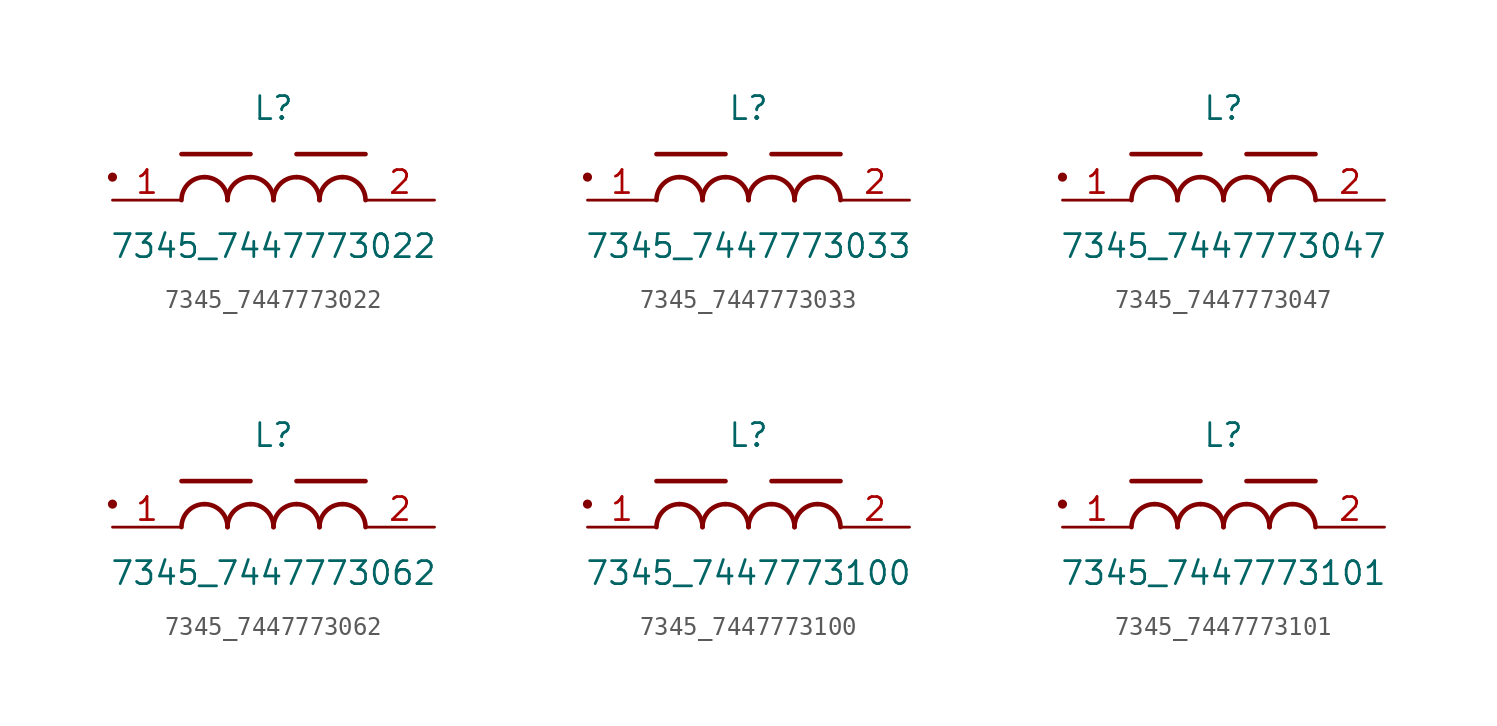
<source format=kicad_sym>
(kicad_symbol_lib
  (version 20211014)
  (generator kicad_symbol_editor)
  (symbol "Inductor_Wurth_WE-PD:7345_7447773022"
    (pin_names hide)
    (property "Reference" "L"
      (at 0 5.08 0)
      (effects (font (size 1.27 1.27))))
    (property "Value" "7345_7447773022"
      (at 0 -2.54 0)
      (effects (font (size 1.27 1.27))))
    (symbol "7345_7447773022_0_1"
      (circle (center -8.89 1.27) (radius 0.0001) (stroke (width 0.254)) (stroke (width 0.254) (type default) (color 0 0 0 0)) (fill (type none)))
      (arc (start -3.81 1.27) (mid -4.708 0.898) (end -5.08 0) (stroke (width 0.254) (type default) (color 0 0 0 0)) (fill (type none)))
      (arc (start -2.54 0) (mid -2.912 0.898) (end -3.81 1.27) (stroke (width 0.254) (type default) (color 0 0 0 0)) (fill (type none)))
      (arc (start -1.2699 1.2701) (mid -2.1679 0.8981) (end -2.5399 0.0001) (stroke (width 0.254) (type default) (color 0 0 0 0)) (fill (type none)))
      (polyline (pts (xy -5.08 2.54) (xy -1.27 2.54)) (stroke (width 0.254) (type default) (color 0 0 0 0)) (fill (type none)))
      (polyline (pts (xy 5.08 2.54) (xy 1.27 2.54)) (stroke (width 0.254) (type default) (color 0 0 0 0)) (fill (type none)))
      (arc (start 0.0001 0.0001) (mid -0.3719 0.8981) (end -1.2699 1.2701) (stroke (width 0.254) (type default) (color 0 0 0 0)) (fill (type none)))
      (arc (start 1.2701 1.2701) (mid 0.3721 0.8981) (end 0.0001 0.0001) (stroke (width 0.254) (type default) (color 0 0 0 0)) (fill (type none)))
      (arc (start 2.5401 0.0001) (mid 2.1681 0.8981) (end 1.2701 1.2701) (stroke (width 0.254) (type default) (color 0 0 0 0)) (fill (type none)))
      (arc (start 3.8101 1.2701) (mid 2.9121 0.8981) (end 2.5401 0.0001) (stroke (width 0.254) (type default) (color 0 0 0 0)) (fill (type none)))
      (arc (start 5.0801 0.0001) (mid 4.7081 0.8981) (end 3.8101 1.2701) (stroke (width 0.254) (type default) (color 0 0 0 0)) (fill (type none))))
    (symbol "7345_7447773022_1_1"
      (pin passive line (at -8.89 0 0) (length 3.81) (name "1" (effects (font (size 1.27 1.27)))) (number "1" (effects (font (size 1.27 1.27)))))
      (pin passive line (at 8.89 0 180) (length 3.81) (name "2" (effects (font (size 1.27 1.27)))) (number "2" (effects (font (size 1.27 1.27)))))))
  (symbol "Inductor_Wurth_WE-PD:7345_7447773033"
    (pin_names hide)
    (property "Reference" "L"
      (at 0 5.08 0)
      (effects (font (size 1.27 1.27))))
    (property "Value" "7345_7447773033"
      (at 0 -2.54 0)
      (effects (font (size 1.27 1.27))))
    (symbol "7345_7447773033_0_1"
      (circle (center -8.89 1.27) (radius 0.0001) (stroke (width 0.254)) (stroke (width 0.254) (type default) (color 0 0 0 0)) (fill (type none)))
      (arc (start -3.81 1.27) (mid -4.708 0.898) (end -5.08 0) (stroke (width 0.254) (type default) (color 0 0 0 0)) (fill (type none)))
      (arc (start -2.54 0) (mid -2.912 0.898) (end -3.81 1.27) (stroke (width 0.254) (type default) (color 0 0 0 0)) (fill (type none)))
      (arc (start -1.2699 1.2701) (mid -2.1679 0.8981) (end -2.5399 0.0001) (stroke (width 0.254) (type default) (color 0 0 0 0)) (fill (type none)))
      (polyline (pts (xy -5.08 2.54) (xy -1.27 2.54)) (stroke (width 0.254) (type default) (color 0 0 0 0)) (fill (type none)))
      (polyline (pts (xy 5.08 2.54) (xy 1.27 2.54)) (stroke (width 0.254) (type default) (color 0 0 0 0)) (fill (type none)))
      (arc (start 0.0001 0.0001) (mid -0.3719 0.8981) (end -1.2699 1.2701) (stroke (width 0.254) (type default) (color 0 0 0 0)) (fill (type none)))
      (arc (start 1.2701 1.2701) (mid 0.3721 0.8981) (end 0.0001 0.0001) (stroke (width 0.254) (type default) (color 0 0 0 0)) (fill (type none)))
      (arc (start 2.5401 0.0001) (mid 2.1681 0.8981) (end 1.2701 1.2701) (stroke (width 0.254) (type default) (color 0 0 0 0)) (fill (type none)))
      (arc (start 3.8101 1.2701) (mid 2.9121 0.8981) (end 2.5401 0.0001) (stroke (width 0.254) (type default) (color 0 0 0 0)) (fill (type none)))
      (arc (start 5.0801 0.0001) (mid 4.7081 0.8981) (end 3.8101 1.2701) (stroke (width 0.254) (type default) (color 0 0 0 0)) (fill (type none))))
    (symbol "7345_7447773033_1_1"
      (pin passive line (at -8.89 0 0) (length 3.81) (name "1" (effects (font (size 1.27 1.27)))) (number "1" (effects (font (size 1.27 1.27)))))
      (pin passive line (at 8.89 0 180) (length 3.81) (name "2" (effects (font (size 1.27 1.27)))) (number "2" (effects (font (size 1.27 1.27)))))))
  (symbol "Inductor_Wurth_WE-PD:7345_7447773047"
    (pin_names hide)
    (property "Reference" "L"
      (at 0 5.08 0)
      (effects (font (size 1.27 1.27))))
    (property "Value" "7345_7447773047"
      (at 0 -2.54 0)
      (effects (font (size 1.27 1.27))))
    (symbol "7345_7447773047_0_1"
      (circle (center -8.89 1.27) (radius 0.0001) (stroke (width 0.254)) (stroke (width 0.254) (type default) (color 0 0 0 0)) (fill (type none)))
      (arc (start -3.81 1.27) (mid -4.708 0.898) (end -5.08 0) (stroke (width 0.254) (type default) (color 0 0 0 0)) (fill (type none)))
      (arc (start -2.54 0) (mid -2.912 0.898) (end -3.81 1.27) (stroke (width 0.254) (type default) (color 0 0 0 0)) (fill (type none)))
      (arc (start -1.2699 1.2701) (mid -2.1679 0.8981) (end -2.5399 0.0001) (stroke (width 0.254) (type default) (color 0 0 0 0)) (fill (type none)))
      (polyline (pts (xy -5.08 2.54) (xy -1.27 2.54)) (stroke (width 0.254) (type default) (color 0 0 0 0)) (fill (type none)))
      (polyline (pts (xy 5.08 2.54) (xy 1.27 2.54)) (stroke (width 0.254) (type default) (color 0 0 0 0)) (fill (type none)))
      (arc (start 0.0001 0.0001) (mid -0.3719 0.8981) (end -1.2699 1.2701) (stroke (width 0.254) (type default) (color 0 0 0 0)) (fill (type none)))
      (arc (start 1.2701 1.2701) (mid 0.3721 0.8981) (end 0.0001 0.0001) (stroke (width 0.254) (type default) (color 0 0 0 0)) (fill (type none)))
      (arc (start 2.5401 0.0001) (mid 2.1681 0.8981) (end 1.2701 1.2701) (stroke (width 0.254) (type default) (color 0 0 0 0)) (fill (type none)))
      (arc (start 3.8101 1.2701) (mid 2.9121 0.8981) (end 2.5401 0.0001) (stroke (width 0.254) (type default) (color 0 0 0 0)) (fill (type none)))
      (arc (start 5.0801 0.0001) (mid 4.7081 0.8981) (end 3.8101 1.2701) (stroke (width 0.254) (type default) (color 0 0 0 0)) (fill (type none))))
    (symbol "7345_7447773047_1_1"
      (pin passive line (at -8.89 0 0) (length 3.81) (name "1" (effects (font (size 1.27 1.27)))) (number "1" (effects (font (size 1.27 1.27)))))
      (pin passive line (at 8.89 0 180) (length 3.81) (name "2" (effects (font (size 1.27 1.27)))) (number "2" (effects (font (size 1.27 1.27)))))))
  (symbol "Inductor_Wurth_WE-PD:7345_7447773062"
    (pin_names hide)
    (property "Reference" "L"
      (at 0 5.08 0)
      (effects (font (size 1.27 1.27))))
    (property "Value" "7345_7447773062"
      (at 0 -2.54 0)
      (effects (font (size 1.27 1.27))))
    (symbol "7345_7447773062_0_1"
      (circle (center -8.89 1.27) (radius 0.0001) (stroke (width 0.254)) (stroke (width 0.254) (type default) (color 0 0 0 0)) (fill (type none)))
      (arc (start -3.81 1.27) (mid -4.708 0.898) (end -5.08 0) (stroke (width 0.254) (type default) (color 0 0 0 0)) (fill (type none)))
      (arc (start -2.54 0) (mid -2.912 0.898) (end -3.81 1.27) (stroke (width 0.254) (type default) (color 0 0 0 0)) (fill (type none)))
      (arc (start -1.2699 1.2701) (mid -2.1679 0.8981) (end -2.5399 0.0001) (stroke (width 0.254) (type default) (color 0 0 0 0)) (fill (type none)))
      (polyline (pts (xy -5.08 2.54) (xy -1.27 2.54)) (stroke (width 0.254) (type default) (color 0 0 0 0)) (fill (type none)))
      (polyline (pts (xy 5.08 2.54) (xy 1.27 2.54)) (stroke (width 0.254) (type default) (color 0 0 0 0)) (fill (type none)))
      (arc (start 0.0001 0.0001) (mid -0.3719 0.8981) (end -1.2699 1.2701) (stroke (width 0.254) (type default) (color 0 0 0 0)) (fill (type none)))
      (arc (start 1.2701 1.2701) (mid 0.3721 0.8981) (end 0.0001 0.0001) (stroke (width 0.254) (type default) (color 0 0 0 0)) (fill (type none)))
      (arc (start 2.5401 0.0001) (mid 2.1681 0.8981) (end 1.2701 1.2701) (stroke (width 0.254) (type default) (color 0 0 0 0)) (fill (type none)))
      (arc (start 3.8101 1.2701) (mid 2.9121 0.8981) (end 2.5401 0.0001) (stroke (width 0.254) (type default) (color 0 0 0 0)) (fill (type none)))
      (arc (start 5.0801 0.0001) (mid 4.7081 0.8981) (end 3.8101 1.2701) (stroke (width 0.254) (type default) (color 0 0 0 0)) (fill (type none))))
    (symbol "7345_7447773062_1_1"
      (pin passive line (at -8.89 0 0) (length 3.81) (name "1" (effects (font (size 1.27 1.27)))) (number "1" (effects (font (size 1.27 1.27)))))
      (pin passive line (at 8.89 0 180) (length 3.81) (name "2" (effects (font (size 1.27 1.27)))) (number "2" (effects (font (size 1.27 1.27)))))))
  (symbol "Inductor_Wurth_WE-PD:7345_7447773100"
    (pin_names hide)
    (property "Reference" "L"
      (at 0 5.08 0)
      (effects (font (size 1.27 1.27))))
    (property "Value" "7345_7447773100"
      (at 0 -2.54 0)
      (effects (font (size 1.27 1.27))))
    (symbol "7345_7447773100_0_1"
      (circle (center -8.89 1.27) (radius 0.0001) (stroke (width 0.254)) (stroke (width 0.254) (type default) (color 0 0 0 0)) (fill (type none)))
      (arc (start -3.81 1.27) (mid -4.708 0.898) (end -5.08 0) (stroke (width 0.254) (type default) (color 0 0 0 0)) (fill (type none)))
      (arc (start -2.54 0) (mid -2.912 0.898) (end -3.81 1.27) (stroke (width 0.254) (type default) (color 0 0 0 0)) (fill (type none)))
      (arc (start -1.2699 1.2701) (mid -2.1679 0.8981) (end -2.5399 0.0001) (stroke (width 0.254) (type default) (color 0 0 0 0)) (fill (type none)))
      (polyline (pts (xy -5.08 2.54) (xy -1.27 2.54)) (stroke (width 0.254) (type default) (color 0 0 0 0)) (fill (type none)))
      (polyline (pts (xy 5.08 2.54) (xy 1.27 2.54)) (stroke (width 0.254) (type default) (color 0 0 0 0)) (fill (type none)))
      (arc (start 0.0001 0.0001) (mid -0.3719 0.8981) (end -1.2699 1.2701) (stroke (width 0.254) (type default) (color 0 0 0 0)) (fill (type none)))
      (arc (start 1.2701 1.2701) (mid 0.3721 0.8981) (end 0.0001 0.0001) (stroke (width 0.254) (type default) (color 0 0 0 0)) (fill (type none)))
      (arc (start 2.5401 0.0001) (mid 2.1681 0.8981) (end 1.2701 1.2701) (stroke (width 0.254) (type default) (color 0 0 0 0)) (fill (type none)))
      (arc (start 3.8101 1.2701) (mid 2.9121 0.8981) (end 2.5401 0.0001) (stroke (width 0.254) (type default) (color 0 0 0 0)) (fill (type none)))
      (arc (start 5.0801 0.0001) (mid 4.7081 0.8981) (end 3.8101 1.2701) (stroke (width 0.254) (type default) (color 0 0 0 0)) (fill (type none))))
    (symbol "7345_7447773100_1_1"
      (pin passive line (at -8.89 0 0) (length 3.81) (name "1" (effects (font (size 1.27 1.27)))) (number "1" (effects (font (size 1.27 1.27)))))
      (pin passive line (at 8.89 0 180) (length 3.81) (name "2" (effects (font (size 1.27 1.27)))) (number "2" (effects (font (size 1.27 1.27)))))))
  (symbol "Inductor_Wurth_WE-PD:7345_7447773101"
    (pin_names hide)
    (property "Reference" "L"
      (at 0 5.08 0)
      (effects (font (size 1.27 1.27))))
    (property "Value" "7345_7447773101"
      (at 0 -2.54 0)
      (effects (font (size 1.27 1.27))))
    (symbol "7345_7447773101_0_1"
      (circle (center -8.89 1.27) (radius 0.0001) (stroke (width 0.254)) (stroke (width 0.254) (type default) (color 0 0 0 0)) (fill (type none)))
      (arc (start -3.81 1.27) (mid -4.708 0.898) (end -5.08 0) (stroke (width 0.254) (type default) (color 0 0 0 0)) (fill (type none)))
      (arc (start -2.54 0) (mid -2.912 0.898) (end -3.81 1.27) (stroke (width 0.254) (type default) (color 0 0 0 0)) (fill (type none)))
      (arc (start -1.2699 1.2701) (mid -2.1679 0.8981) (end -2.5399 0.0001) (stroke (width 0.254) (type default) (color 0 0 0 0)) (fill (type none)))
      (polyline (pts (xy -5.08 2.54) (xy -1.27 2.54)) (stroke (width 0.254) (type default) (color 0 0 0 0)) (fill (type none)))
      (polyline (pts (xy 5.08 2.54) (xy 1.27 2.54)) (stroke (width 0.254) (type default) (color 0 0 0 0)) (fill (type none)))
      (arc (start 0.0001 0.0001) (mid -0.3719 0.8981) (end -1.2699 1.2701) (stroke (width 0.254) (type default) (color 0 0 0 0)) (fill (type none)))
      (arc (start 1.2701 1.2701) (mid 0.3721 0.8981) (end 0.0001 0.0001) (stroke (width 0.254) (type default) (color 0 0 0 0)) (fill (type none)))
      (arc (start 2.5401 0.0001) (mid 2.1681 0.8981) (end 1.2701 1.2701) (stroke (width 0.254) (type default) (color 0 0 0 0)) (fill (type none)))
      (arc (start 3.8101 1.2701) (mid 2.9121 0.8981) (end 2.5401 0.0001) (stroke (width 0.254) (type default) (color 0 0 0 0)) (fill (type none)))
      (arc (start 5.0801 0.0001) (mid 4.7081 0.8981) (end 3.8101 1.2701) (stroke (width 0.254) (type default) (color 0 0 0 0)) (fill (type none))))
    (symbol "7345_7447773101_1_1"
      (pin passive line (at -8.89 0 0) (length 3.81) (name "1" (effects (font (size 1.27 1.27)))) (number "1" (effects (font (size 1.27 1.27)))))
      (pin passive line (at 8.89 0 180) (length 3.81) (name "2" (effects (font (size 1.27 1.27)))) (number "2" (effects (font (size 1.27 1.27))))))))
</source>
